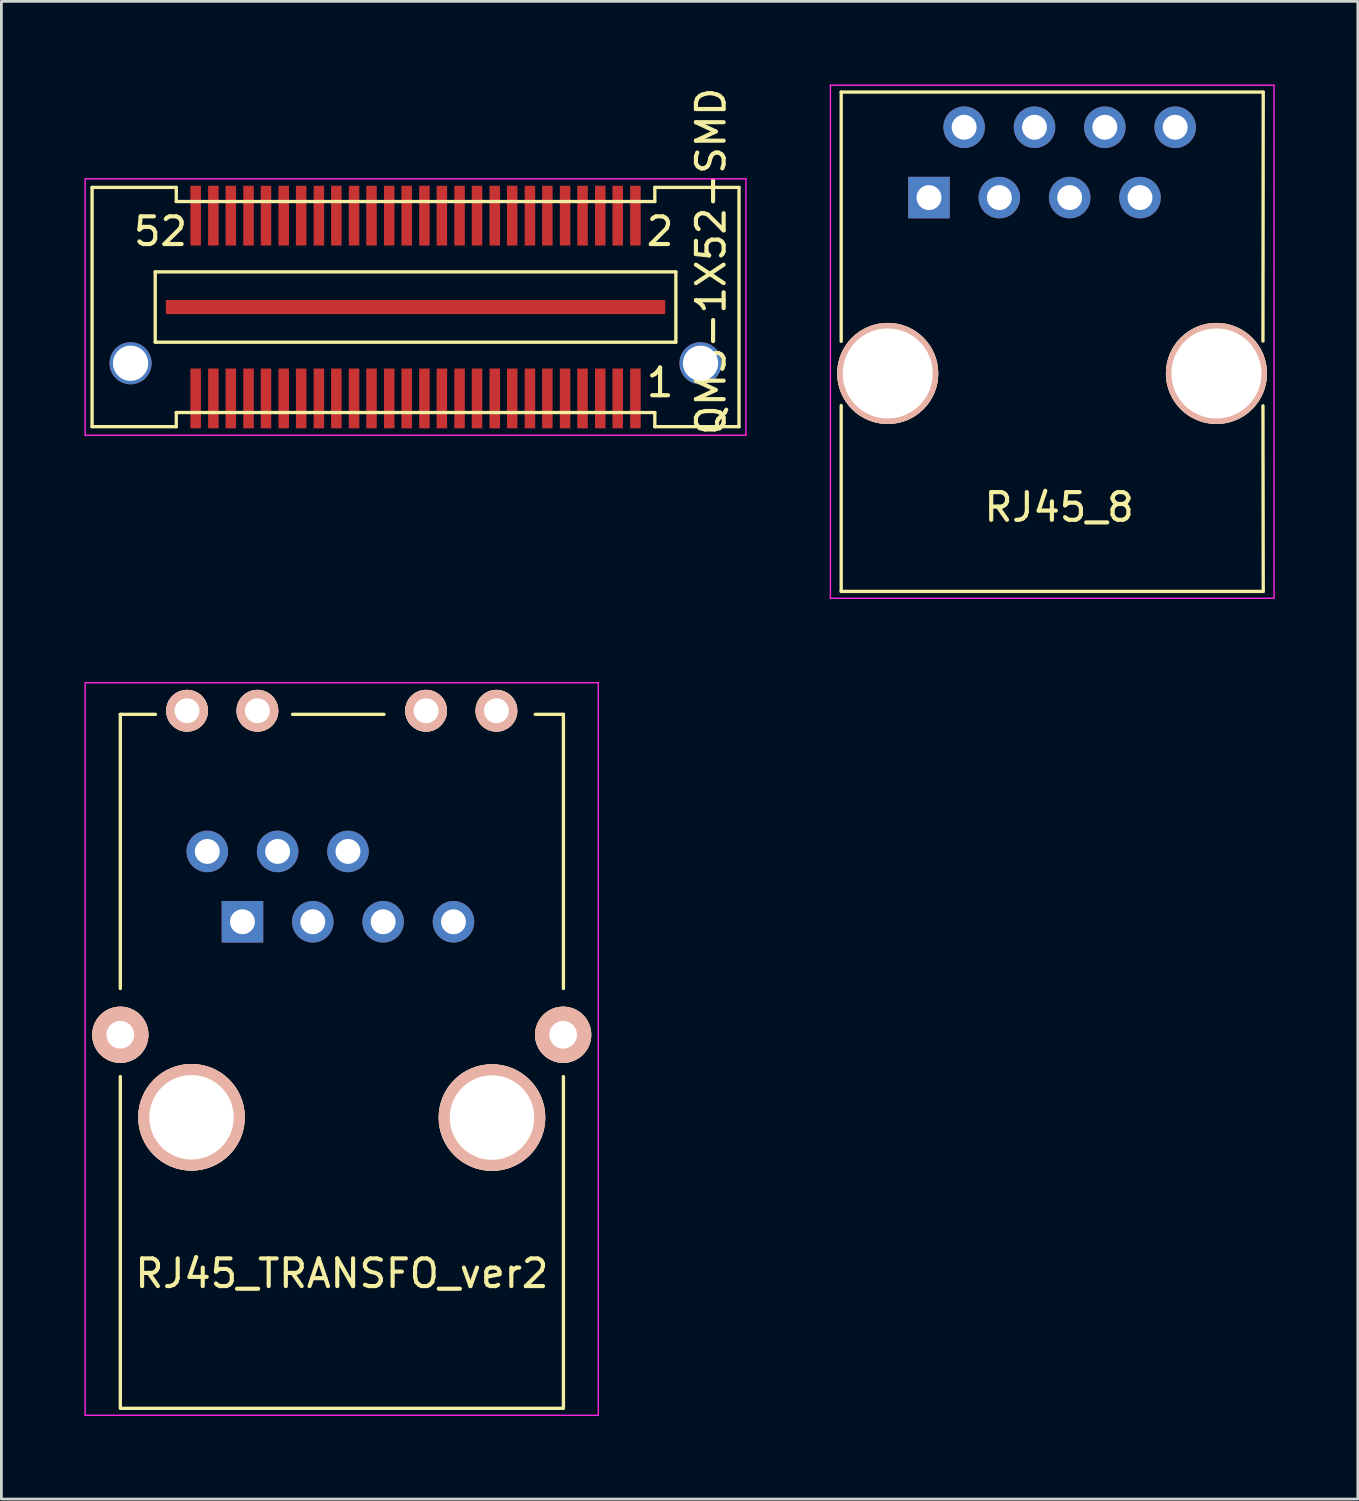
<source format=kicad_pcb>
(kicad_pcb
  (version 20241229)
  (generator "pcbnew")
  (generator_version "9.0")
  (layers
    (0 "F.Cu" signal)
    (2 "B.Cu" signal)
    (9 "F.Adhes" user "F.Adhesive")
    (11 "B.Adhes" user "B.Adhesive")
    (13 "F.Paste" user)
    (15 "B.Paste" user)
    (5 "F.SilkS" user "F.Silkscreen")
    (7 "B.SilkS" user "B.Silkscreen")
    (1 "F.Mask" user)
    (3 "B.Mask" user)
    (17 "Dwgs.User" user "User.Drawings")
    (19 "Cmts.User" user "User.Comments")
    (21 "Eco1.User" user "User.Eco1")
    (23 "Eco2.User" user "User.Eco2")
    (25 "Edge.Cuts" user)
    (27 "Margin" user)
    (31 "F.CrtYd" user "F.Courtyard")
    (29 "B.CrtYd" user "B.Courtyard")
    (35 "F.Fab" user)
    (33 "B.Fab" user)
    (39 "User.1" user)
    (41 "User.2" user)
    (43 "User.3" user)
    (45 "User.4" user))
  (footprint "RJ45_TRANSFO_ver2"
    (layer "F.Cu")
    (at 5.705 30.235)
    (property "Reference" "RJ45_TRANSFO_ver2" (at 3.59 12.7 0) (layer "F.SilkS") (effects (font (size 1 1) (thickness 0.15))))
    (attr through_hole)
    (fp_line (start -4.41 -7.49) (end -3.14 -7.49) (stroke (width 0.12) (type solid)) (layer "F.SilkS"))
    (fp_line (start -4.41 2.41) (end -4.41 -7.49) (stroke (width 0.12) (type solid)) (layer "F.SilkS"))
    (fp_line (start -4.41 17.53) (end -4.41 5.59) (stroke (width 0.12) (type solid)) (layer "F.SilkS"))
    (fp_line (start -4.41 17.57) (end 11.59 17.57) (stroke (width 0.12) (type solid)) (layer "F.SilkS"))
    (fp_line (start 1.81 -7.49) (end 5.11 -7.49) (stroke (width 0.12) (type solid)) (layer "F.SilkS"))
    (fp_line (start 11.59 -7.49) (end 10.57 -7.49) (stroke (width 0.12) (type solid)) (layer "F.SilkS"))
    (fp_line (start 11.59 2.41) (end 11.59 -7.49) (stroke (width 0.12) (type solid)) (layer "F.SilkS"))
    (fp_line (start 11.59 17.53) (end 11.59 5.59) (stroke (width 0.12) (type solid)) (layer "F.SilkS"))
    (fp_line (start -5.68 -8.63) (end -5.68 17.82) (stroke (width 0.05) (type solid)) (layer "F.CrtYd"))
    (fp_line (start -5.68 -8.63) (end 12.85 -8.63) (stroke (width 0.05) (type solid)) (layer "F.CrtYd"))
    (fp_line (start 12.85 17.82) (end -5.68 17.82) (stroke (width 0.05) (type solid)) (layer "F.CrtYd"))
    (fp_line (start 12.85 17.82) (end 12.85 -8.63) (stroke (width 0.05) (type solid)) (layer "F.CrtYd"))
    (pad "1" thru_hole rect (at 0 0) (size 1.5 1.5) (drill 0.9) (layers "*.Cu" "*.Mask"))
    (pad "2" thru_hole circle (at -1.27 -2.54) (size 1.5 1.5) (drill 0.9) (layers "*.Cu" "*.Mask"))
    (pad "3" thru_hole circle (at 2.54 0) (size 1.5 1.5) (drill 0.9) (layers "*.Cu" "*.Mask"))
    (pad "4" thru_hole circle (at 1.27 -2.54) (size 1.5 1.5) (drill 0.9) (layers "*.Cu" "*.Mask"))
    (pad "5" thru_hole circle (at 5.08 0) (size 1.5 1.5) (drill 0.9) (layers "*.Cu" "*.Mask"))
    (pad "6" thru_hole circle (at 3.81 -2.54) (size 1.5 1.5) (drill 0.9) (layers "*.Cu" "*.Mask"))
    (pad "7" thru_hole circle (at 7.62 0) (size 1.5 1.5) (drill 0.9) (layers "*.Cu" "*.Mask"))
    (pad "9" thru_hole circle (at -4.41 4.08) (size 2.03 2.03) (drill 1) (layers "*.Cu" "*.SilkS" "*.Mask"))
    (pad "9" thru_hole circle (at 11.58 4.08) (size 2.03 2.03) (drill 1) (layers "*.Cu" "*.SilkS" "*.Mask"))
    (pad "Hole" thru_hole circle (at -2 -7.62) (size 1.51 1.51) (drill 0.9) (layers "*.Cu" "*.SilkS" "*.Mask"))
    (pad "Hole" thru_hole circle (at -1.84 7.06) (size 3.85 3.85) (drill 3.05) (layers "*.Cu" "*.SilkS" "*.Mask"))
    (pad "Hole" thru_hole circle (at 0.54 -7.62) (size 1.51 1.51) (drill 0.9) (layers "*.Cu" "*.SilkS" "*.Mask"))
    (pad "Hole" thru_hole circle (at 6.63 -7.62) (size 1.51 1.51) (drill 0.9) (layers "*.Cu" "*.SilkS" "*.Mask"))
    (pad "Hole" thru_hole circle (at 9.01 7.07) (size 3.85 3.85) (drill 3.05) (layers "*.Cu" "*.SilkS" "*.Mask"))
    (pad "Hole" thru_hole circle (at 9.17 -7.62) (size 1.51 1.51) (drill 0.9) (layers "*.Cu" "*.SilkS" "*.Mask")))
  (footprint "QMS-1X52-SMD"
    (layer "F.Cu")
    (at 11.955 8.037)
    (property "Reference" "QMS-1X52-SMD" (at 10.67 -1.65 90) (layer "F.SilkS") (effects (font (size 1 1) (thickness 0.15))))
    (attr smd)
    (fp_line (start -11.68 4.32) (end -11.68 -4.32) (stroke (width 0.12) (type solid)) (layer "F.SilkS"))
    (fp_line (start -9.4 -1.27) (end 9.4 -1.27) (stroke (width 0.12) (type solid)) (layer "F.SilkS"))
    (fp_line (start -9.4 1.27) (end -9.4 -1.27) (stroke (width 0.12) (type solid)) (layer "F.SilkS"))
    (fp_line (start -8.64 -4.32) (end -11.68 -4.32) (stroke (width 0.12) (type solid)) (layer "F.SilkS"))
    (fp_line (start -8.64 -4.32) (end -8.64 -3.81) (stroke (width 0.12) (type solid)) (layer "F.SilkS"))
    (fp_line (start -8.64 -3.81) (end 7.3 -3.81) (stroke (width 0.12) (type solid)) (layer "F.SilkS"))
    (fp_line (start -8.64 3.81) (end -8.64 4.32) (stroke (width 0.12) (type solid)) (layer "F.SilkS"))
    (fp_line (start -8.64 4.32) (end -11.68 4.32) (stroke (width 0.12) (type solid)) (layer "F.SilkS"))
    (fp_line (start 7.3 -3.81) (end 7.94 -3.81) (stroke (width 0.12) (type solid)) (layer "F.SilkS"))
    (fp_line (start 7.94 -3.81) (end 8.64 -3.81) (stroke (width 0.12) (type solid)) (layer "F.SilkS"))
    (fp_line (start 8.64 -4.32) (end 11.68 -4.32) (stroke (width 0.12) (type solid)) (layer "F.SilkS"))
    (fp_line (start 8.64 -3.81) (end 8.64 -4.32) (stroke (width 0.12) (type solid)) (layer "F.SilkS"))
    (fp_line (start 8.64 3.81) (end -8.64 3.81) (stroke (width 0.12) (type solid)) (layer "F.SilkS"))
    (fp_line (start 8.64 4.32) (end 8.64 3.81) (stroke (width 0.12) (type solid)) (layer "F.SilkS"))
    (fp_line (start 9.4 -1.27) (end 9.4 1.27) (stroke (width 0.12) (type solid)) (layer "F.SilkS"))
    (fp_line (start 9.4 1.27) (end -9.4 1.27) (stroke (width 0.12) (type solid)) (layer "F.SilkS"))
    (fp_line (start 11.68 -4.32) (end 11.68 4.32) (stroke (width 0.12) (type solid)) (layer "F.SilkS"))
    (fp_line (start 11.68 4.32) (end 8.64 4.32) (stroke (width 0.12) (type solid)) (layer "F.SilkS"))
    (fp_line (start -11.93 -4.63) (end -11.93 4.63) (stroke (width 0.05) (type solid)) (layer "F.CrtYd"))
    (fp_line (start -11.93 -4.63) (end 11.93 -4.63) (stroke (width 0.05) (type solid)) (layer "F.CrtYd"))
    (fp_line (start 11.93 4.63) (end -11.93 4.63) (stroke (width 0.05) (type solid)) (layer "F.CrtYd"))
    (fp_line (start 11.93 4.63) (end 11.93 -4.63) (stroke (width 0.05) (type solid)) (layer "F.CrtYd"))
    (fp_text user "52" (at -9.21 -2.73 0) (layer "F.SilkS") (effects (font (size 1 1) (thickness 0.15))))
    (fp_text user "1" (at 8.83 2.73 0) (layer "F.SilkS") (effects (font (size 1 1) (thickness 0.15))))
    (fp_text user "2" (at 8.83 -2.73 0) (layer "F.SilkS") (effects (font (size 1 1) (thickness 0.15))))
    (pad "" thru_hole circle (at -10.29 2.03) (size 1.52 1.52) (drill 1.27) (layers "*.Cu" "*.Mask"))
    (pad "" thru_hole circle (at 10.29 2.03) (size 1.52 1.52) (drill 1.27) (layers "*.Cu" "*.Mask"))
    (pad "1" smd rect (at 7.94 3.3) (size 0.38 2.16) (layers "F.Cu" "F.Mask" "F.Paste"))
    (pad "2" smd rect (at 7.94 -3.3) (size 0.38 2.16) (layers "F.Cu" "F.Mask" "F.Paste"))
    (pad "3" smd rect (at 7.3 3.3) (size 0.38 2.16) (layers "F.Cu" "F.Mask" "F.Paste"))
    (pad "4" smd rect (at 7.3 -3.3) (size 0.38 2.16) (layers "F.Cu" "F.Mask" "F.Paste"))
    (pad "5" smd rect (at 6.67 3.3) (size 0.38 2.16) (layers "F.Cu" "F.Mask" "F.Paste"))
    (pad "6" smd rect (at 6.67 -3.3) (size 0.38 2.16) (layers "F.Cu" "F.Mask" "F.Paste"))
    (pad "7" smd rect (at 6.03 3.3) (size 0.38 2.16) (layers "F.Cu" "F.Mask" "F.Paste"))
    (pad "8" smd rect (at 6.03 -3.3) (size 0.38 2.16) (layers "F.Cu" "F.Mask" "F.Paste"))
    (pad "9" smd rect (at 5.4 3.3) (size 0.38 2.16) (layers "F.Cu" "F.Mask" "F.Paste"))
    (pad "10" smd rect (at 5.4 -3.3) (size 0.38 2.16) (layers "F.Cu" "F.Mask" "F.Paste"))
    (pad "11" smd rect (at 4.76 3.3) (size 0.38 2.16) (layers "F.Cu" "F.Mask" "F.Paste"))
    (pad "12" smd rect (at 4.76 -3.3) (size 0.38 2.16) (layers "F.Cu" "F.Mask" "F.Paste"))
    (pad "13" smd rect (at 4.13 3.3) (size 0.38 2.16) (layers "F.Cu" "F.Mask" "F.Paste"))
    (pad "14" smd rect (at 4.13 -3.3) (size 0.38 2.16) (layers "F.Cu" "F.Mask" "F.Paste"))
    (pad "15" smd rect (at 3.49 3.3) (size 0.38 2.16) (layers "F.Cu" "F.Mask" "F.Paste"))
    (pad "16" smd rect (at 3.49 -3.3) (size 0.38 2.16) (layers "F.Cu" "F.Mask" "F.Paste"))
    (pad "17" smd rect (at 2.86 3.3) (size 0.38 2.16) (layers "F.Cu" "F.Mask" "F.Paste"))
    (pad "18" smd rect (at 2.86 -3.3) (size 0.38 2.16) (layers "F.Cu" "F.Mask" "F.Paste"))
    (pad "19" smd rect (at 2.22 3.3) (size 0.38 2.16) (layers "F.Cu" "F.Mask" "F.Paste"))
    (pad "20" smd rect (at 2.22 -3.3) (size 0.38 2.16) (layers "F.Cu" "F.Mask" "F.Paste"))
    (pad "21" smd rect (at 1.59 3.3) (size 0.38 2.16) (layers "F.Cu" "F.Mask" "F.Paste"))
    (pad "22" smd rect (at 1.59 -3.3) (size 0.38 2.16) (layers "F.Cu" "F.Mask" "F.Paste"))
    (pad "23" smd rect (at 0.95 3.3) (size 0.38 2.16) (layers "F.Cu" "F.Mask" "F.Paste"))
    (pad "24" smd rect (at 0.95 -3.3) (size 0.38 2.16) (layers "F.Cu" "F.Mask" "F.Paste"))
    (pad "25" smd rect (at 0.32 3.3) (size 0.38 2.16) (layers "F.Cu" "F.Mask" "F.Paste"))
    (pad "26" smd rect (at 0.32 -3.3) (size 0.38 2.16) (layers "F.Cu" "F.Mask" "F.Paste"))
    (pad "27" smd rect (at -0.32 3.3) (size 0.38 2.16) (layers "F.Cu" "F.Mask" "F.Paste"))
    (pad "28" smd rect (at -0.32 -3.3) (size 0.38 2.16) (layers "F.Cu" "F.Mask" "F.Paste"))
    (pad "29" smd rect (at -0.95 3.3) (size 0.38 2.16) (layers "F.Cu" "F.Mask" "F.Paste"))
    (pad "30" smd rect (at -0.95 -3.3) (size 0.38 2.16) (layers "F.Cu" "F.Mask" "F.Paste"))
    (pad "31" smd rect (at -1.59 3.3) (size 0.38 2.16) (layers "F.Cu" "F.Mask" "F.Paste"))
    (pad "32" smd rect (at -1.59 -3.3) (size 0.38 2.16) (layers "F.Cu" "F.Mask" "F.Paste"))
    (pad "33" smd rect (at -2.22 3.3) (size 0.38 2.16) (layers "F.Cu" "F.Mask" "F.Paste"))
    (pad "34" smd rect (at -2.22 -3.3) (size 0.38 2.16) (layers "F.Cu" "F.Mask" "F.Paste"))
    (pad "35" smd rect (at -2.86 3.3) (size 0.38 2.16) (layers "F.Cu" "F.Mask" "F.Paste"))
    (pad "36" smd rect (at -2.86 -3.3) (size 0.38 2.16) (layers "F.Cu" "F.Mask" "F.Paste"))
    (pad "37" smd rect (at -3.49 3.3) (size 0.38 2.16) (layers "F.Cu" "F.Mask" "F.Paste"))
    (pad "38" smd rect (at -3.49 -3.3) (size 0.38 2.16) (layers "F.Cu" "F.Mask" "F.Paste"))
    (pad "39" smd rect (at -4.13 3.3) (size 0.38 2.16) (layers "F.Cu" "F.Mask" "F.Paste"))
    (pad "40" smd rect (at -4.13 -3.3) (size 0.38 2.16) (layers "F.Cu" "F.Mask" "F.Paste"))
    (pad "41" smd rect (at -4.76 3.3) (size 0.38 2.16) (layers "F.Cu" "F.Mask" "F.Paste"))
    (pad "42" smd rect (at -4.76 -3.3) (size 0.38 2.16) (layers "F.Cu" "F.Mask" "F.Paste"))
    (pad "43" smd rect (at -5.4 3.3) (size 0.38 2.16) (layers "F.Cu" "F.Mask" "F.Paste"))
    (pad "44" smd rect (at -5.4 -3.3) (size 0.38 2.16) (layers "F.Cu" "F.Mask" "F.Paste"))
    (pad "45" smd rect (at -6.03 3.3) (size 0.38 2.16) (layers "F.Cu" "F.Mask" "F.Paste"))
    (pad "46" smd rect (at -6.03 -3.3) (size 0.38 2.16) (layers "F.Cu" "F.Mask" "F.Paste"))
    (pad "47" smd rect (at -6.67 3.3) (size 0.38 2.16) (layers "F.Cu" "F.Mask" "F.Paste"))
    (pad "48" smd rect (at -6.67 -3.3) (size 0.38 2.16) (layers "F.Cu" "F.Mask" "F.Paste"))
    (pad "49" smd rect (at -7.3 3.3) (size 0.38 2.16) (layers "F.Cu" "F.Mask" "F.Paste"))
    (pad "50" smd rect (at -7.3 -3.3) (size 0.38 2.16) (layers "F.Cu" "F.Mask" "F.Paste"))
    (pad "51" smd rect (at -7.94 3.3) (size 0.38 2.16) (layers "F.Cu" "F.Mask" "F.Paste"))
    (pad "52" smd rect (at -7.94 -3.3) (size 0.38 2.16) (layers "F.Cu" "F.Mask" "F.Paste"))
    (pad "53" smd rect (at 0 0) (size 18.03 0.51) (layers "F.Cu" "F.Mask" "F.Paste")))
  (footprint "RJ45_8"
    (layer "F.Cu")
    (at 30.495 4.085)
    (property "Reference" "RJ45_8" (at 4.7 11.18 0) (layer "F.SilkS") (effects (font (size 1 1) (thickness 0.15))))
    (attr through_hole)
    (fp_line (start -3.17 -3.81) (end -3.17 5.19) (stroke (width 0.12) (type solid)) (layer "F.SilkS"))
    (fp_line (start -3.17 7.51) (end -3.17 14.22) (stroke (width 0.12) (type solid)) (layer "F.SilkS"))
    (fp_line (start -3.17 14.22) (end 12.07 14.22) (stroke (width 0.12) (type solid)) (layer "F.SilkS"))
    (fp_line (start 12.06 7.52) (end 12.07 14.22) (stroke (width 0.12) (type solid)) (layer "F.SilkS"))
    (fp_line (start 12.07 -3.81) (end -3.17 -3.81) (stroke (width 0.12) (type solid)) (layer "F.SilkS"))
    (fp_line (start 12.07 -3.81) (end 12.06 5.18) (stroke (width 0.12) (type solid)) (layer "F.SilkS"))
    (fp_line (start -3.56 -4.06) (end -3.56 14.47) (stroke (width 0.05) (type solid)) (layer "F.CrtYd"))
    (fp_line (start -3.56 -4.06) (end 12.46 -4.06) (stroke (width 0.05) (type solid)) (layer "F.CrtYd"))
    (fp_line (start 12.46 14.47) (end -3.56 14.47) (stroke (width 0.05) (type solid)) (layer "F.CrtYd"))
    (fp_line (start 12.46 14.47) (end 12.46 -4.06) (stroke (width 0.05) (type solid)) (layer "F.CrtYd"))
    (pad "" np_thru_hole circle (at -1.49 6.35) (size 3.65 3.65) (drill 3.25) (layers "*.Cu" "*.SilkS" "*.Mask"))
    (pad "" np_thru_hole circle (at 10.38 6.35) (size 3.65 3.65) (drill 3.25) (layers "*.Cu" "*.SilkS" "*.Mask"))
    (pad "1" thru_hole rect (at 0 0) (size 1.5 1.5) (drill 0.9) (layers "*.Cu" "*.Mask"))
    (pad "2" thru_hole circle (at 1.27 -2.54) (size 1.5 1.5) (drill 0.9) (layers "*.Cu" "*.Mask"))
    (pad "3" thru_hole circle (at 2.54 0) (size 1.5 1.5) (drill 0.9) (layers "*.Cu" "*.Mask"))
    (pad "4" thru_hole circle (at 3.81 -2.54) (size 1.5 1.5) (drill 0.9) (layers "*.Cu" "*.Mask"))
    (pad "5" thru_hole circle (at 5.08 0) (size 1.5 1.5) (drill 0.9) (layers "*.Cu" "*.Mask"))
    (pad "6" thru_hole circle (at 6.35 -2.54) (size 1.5 1.5) (drill 0.9) (layers "*.Cu" "*.Mask"))
    (pad "7" thru_hole circle (at 7.62 0) (size 1.5 1.5) (drill 0.9) (layers "*.Cu" "*.Mask"))
    (pad "8" thru_hole circle (at 8.89 -2.54) (size 1.5 1.5) (drill 0.9) (layers "*.Cu" "*.Mask")))
  (gr_rect
    (start -3 -3)
    (end 45.98 51.08)
    (stroke (width 0.1) (type default))
    (fill no)
    (layer "Edge.Cuts")))
</source>
